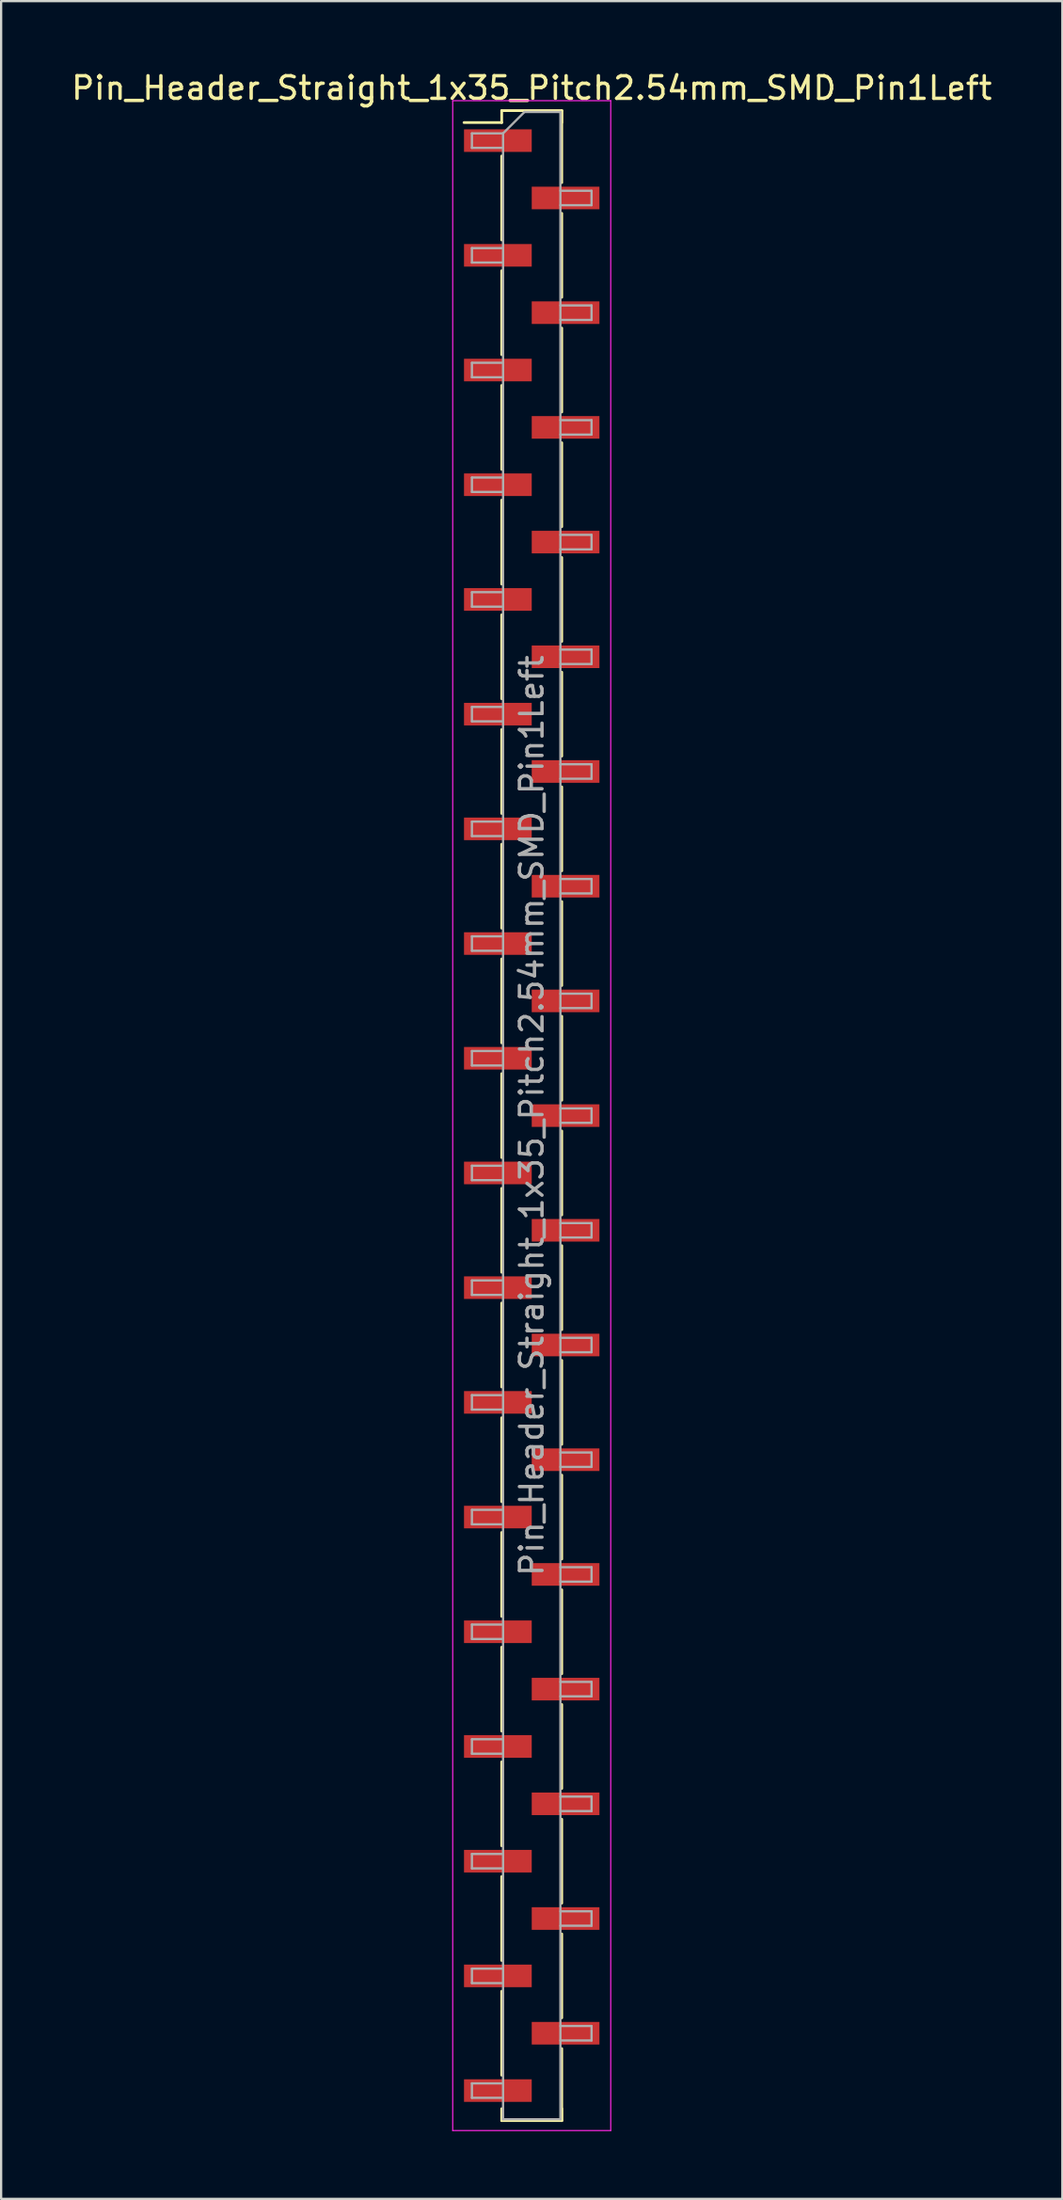
<source format=kicad_pcb>
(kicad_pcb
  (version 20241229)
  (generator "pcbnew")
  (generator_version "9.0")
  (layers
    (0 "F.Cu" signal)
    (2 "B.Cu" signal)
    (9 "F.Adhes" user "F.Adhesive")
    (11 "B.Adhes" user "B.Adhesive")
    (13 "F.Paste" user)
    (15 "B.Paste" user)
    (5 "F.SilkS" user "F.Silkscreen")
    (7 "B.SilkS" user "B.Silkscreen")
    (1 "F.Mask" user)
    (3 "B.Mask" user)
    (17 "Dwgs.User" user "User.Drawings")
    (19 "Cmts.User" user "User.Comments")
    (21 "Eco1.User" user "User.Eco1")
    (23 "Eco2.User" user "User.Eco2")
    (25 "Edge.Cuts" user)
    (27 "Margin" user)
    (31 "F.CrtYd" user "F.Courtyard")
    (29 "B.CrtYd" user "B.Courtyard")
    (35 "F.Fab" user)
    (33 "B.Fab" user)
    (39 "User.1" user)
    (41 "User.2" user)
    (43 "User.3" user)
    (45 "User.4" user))
  (footprint "Pin_Header_Straight_1x35_Pitch2.54mm_SMD_Pin1Left"
    (layer "F.Cu")
    (at 20.506 46.358)
    (property "Reference" "Pin_Header_Straight_1x35_Pitch2.54mm_SMD_Pin1Left" (at 0 -45.51 0) (layer "F.SilkS") (effects (font (size 1 1) (thickness 0.15))))
    (attr smd)
    (fp_line (start -1.33 -44.51) (end 1.33 -44.51) (stroke (width 0.12) (type solid)) (layer "F.SilkS"))
    (fp_line (start -1.33 -43.98) (end -3 -43.98) (stroke (width 0.12) (type solid)) (layer "F.SilkS"))
    (fp_line (start -1.33 -43.98) (end -1.33 -44.51) (stroke (width 0.12) (type solid)) (layer "F.SilkS"))
    (fp_line (start -1.33 -42.5) (end -1.33 -38.78) (stroke (width 0.12) (type solid)) (layer "F.SilkS"))
    (fp_line (start -1.33 -37.42) (end -1.33 -33.7) (stroke (width 0.12) (type solid)) (layer "F.SilkS"))
    (fp_line (start -1.33 -32.34) (end -1.33 -28.62) (stroke (width 0.12) (type solid)) (layer "F.SilkS"))
    (fp_line (start -1.33 -27.26) (end -1.33 -23.54) (stroke (width 0.12) (type solid)) (layer "F.SilkS"))
    (fp_line (start -1.33 -22.18) (end -1.33 -18.46) (stroke (width 0.12) (type solid)) (layer "F.SilkS"))
    (fp_line (start -1.33 -17.1) (end -1.33 -13.38) (stroke (width 0.12) (type solid)) (layer "F.SilkS"))
    (fp_line (start -1.33 -12.02) (end -1.33 -8.3) (stroke (width 0.12) (type solid)) (layer "F.SilkS"))
    (fp_line (start -1.33 -6.94) (end -1.33 -3.22) (stroke (width 0.12) (type solid)) (layer "F.SilkS"))
    (fp_line (start -1.33 -1.86) (end -1.33 1.86) (stroke (width 0.12) (type solid)) (layer "F.SilkS"))
    (fp_line (start -1.33 3.22) (end -1.33 6.94) (stroke (width 0.12) (type solid)) (layer "F.SilkS"))
    (fp_line (start -1.33 8.3) (end -1.33 12.02) (stroke (width 0.12) (type solid)) (layer "F.SilkS"))
    (fp_line (start -1.33 13.38) (end -1.33 17.1) (stroke (width 0.12) (type solid)) (layer "F.SilkS"))
    (fp_line (start -1.33 18.46) (end -1.33 22.18) (stroke (width 0.12) (type solid)) (layer "F.SilkS"))
    (fp_line (start -1.33 23.54) (end -1.33 27.26) (stroke (width 0.12) (type solid)) (layer "F.SilkS"))
    (fp_line (start -1.33 28.62) (end -1.33 32.34) (stroke (width 0.12) (type solid)) (layer "F.SilkS"))
    (fp_line (start -1.33 33.7) (end -1.33 37.42) (stroke (width 0.12) (type solid)) (layer "F.SilkS"))
    (fp_line (start -1.33 38.78) (end -1.33 42.5) (stroke (width 0.12) (type solid)) (layer "F.SilkS"))
    (fp_line (start -1.33 43.98) (end -1.33 44.51) (stroke (width 0.12) (type solid)) (layer "F.SilkS"))
    (fp_line (start -1.33 44.51) (end 1.33 44.51) (stroke (width 0.12) (type solid)) (layer "F.SilkS"))
    (fp_line (start 1.33 -44.51) (end 1.33 -43.98) (stroke (width 0.12) (type solid)) (layer "F.SilkS"))
    (fp_line (start 1.33 -44.51) (end 1.33 -41.32) (stroke (width 0.12) (type solid)) (layer "F.SilkS"))
    (fp_line (start 1.33 -39.96) (end 1.33 -36.24) (stroke (width 0.12) (type solid)) (layer "F.SilkS"))
    (fp_line (start 1.33 -34.88) (end 1.33 -31.16) (stroke (width 0.12) (type solid)) (layer "F.SilkS"))
    (fp_line (start 1.33 -29.8) (end 1.33 -26.08) (stroke (width 0.12) (type solid)) (layer "F.SilkS"))
    (fp_line (start 1.33 -24.72) (end 1.33 -21) (stroke (width 0.12) (type solid)) (layer "F.SilkS"))
    (fp_line (start 1.33 -19.64) (end 1.33 -15.92) (stroke (width 0.12) (type solid)) (layer "F.SilkS"))
    (fp_line (start 1.33 -14.56) (end 1.33 -10.84) (stroke (width 0.12) (type solid)) (layer "F.SilkS"))
    (fp_line (start 1.33 -9.48) (end 1.33 -5.76) (stroke (width 0.12) (type solid)) (layer "F.SilkS"))
    (fp_line (start 1.33 -4.4) (end 1.33 -0.68) (stroke (width 0.12) (type solid)) (layer "F.SilkS"))
    (fp_line (start 1.33 0.68) (end 1.33 4.4) (stroke (width 0.12) (type solid)) (layer "F.SilkS"))
    (fp_line (start 1.33 5.76) (end 1.33 9.48) (stroke (width 0.12) (type solid)) (layer "F.SilkS"))
    (fp_line (start 1.33 10.84) (end 1.33 14.56) (stroke (width 0.12) (type solid)) (layer "F.SilkS"))
    (fp_line (start 1.33 15.92) (end 1.33 19.64) (stroke (width 0.12) (type solid)) (layer "F.SilkS"))
    (fp_line (start 1.33 21) (end 1.33 24.72) (stroke (width 0.12) (type solid)) (layer "F.SilkS"))
    (fp_line (start 1.33 26.08) (end 1.33 29.8) (stroke (width 0.12) (type solid)) (layer "F.SilkS"))
    (fp_line (start 1.33 31.16) (end 1.33 34.88) (stroke (width 0.12) (type solid)) (layer "F.SilkS"))
    (fp_line (start 1.33 36.24) (end 1.33 39.96) (stroke (width 0.12) (type solid)) (layer "F.SilkS"))
    (fp_line (start 1.33 41.32) (end 1.33 44.51) (stroke (width 0.12) (type solid)) (layer "F.SilkS"))
    (fp_line (start 1.33 44.51) (end 1.33 43.98) (stroke (width 0.12) (type solid)) (layer "F.SilkS"))
    (fp_line (start -3.5 -44.95) (end -3.5 44.95) (stroke (width 0.05) (type solid)) (layer "F.CrtYd"))
    (fp_line (start -3.5 44.95) (end 3.5 44.95) (stroke (width 0.05) (type solid)) (layer "F.CrtYd"))
    (fp_line (start 3.5 -44.95) (end -3.5 -44.95) (stroke (width 0.05) (type solid)) (layer "F.CrtYd"))
    (fp_line (start 3.5 44.95) (end 3.5 -44.95) (stroke (width 0.05) (type solid)) (layer "F.CrtYd"))
    (fp_line (start -2.65 -43.5) (end -2.65 -42.86) (stroke (width 0.1) (type solid)) (layer "F.Fab"))
    (fp_line (start -2.65 -42.86) (end -1.27 -42.86) (stroke (width 0.1) (type solid)) (layer "F.Fab"))
    (fp_line (start -2.65 -38.42) (end -2.65 -37.78) (stroke (width 0.1) (type solid)) (layer "F.Fab"))
    (fp_line (start -2.65 -37.78) (end -1.27 -37.78) (stroke (width 0.1) (type solid)) (layer "F.Fab"))
    (fp_line (start -2.65 -33.34) (end -2.65 -32.7) (stroke (width 0.1) (type solid)) (layer "F.Fab"))
    (fp_line (start -2.65 -32.7) (end -1.27 -32.7) (stroke (width 0.1) (type solid)) (layer "F.Fab"))
    (fp_line (start -2.65 -28.26) (end -2.65 -27.62) (stroke (width 0.1) (type solid)) (layer "F.Fab"))
    (fp_line (start -2.65 -27.62) (end -1.27 -27.62) (stroke (width 0.1) (type solid)) (layer "F.Fab"))
    (fp_line (start -2.65 -23.18) (end -2.65 -22.54) (stroke (width 0.1) (type solid)) (layer "F.Fab"))
    (fp_line (start -2.65 -22.54) (end -1.27 -22.54) (stroke (width 0.1) (type solid)) (layer "F.Fab"))
    (fp_line (start -2.65 -18.1) (end -2.65 -17.46) (stroke (width 0.1) (type solid)) (layer "F.Fab"))
    (fp_line (start -2.65 -17.46) (end -1.27 -17.46) (stroke (width 0.1) (type solid)) (layer "F.Fab"))
    (fp_line (start -2.65 -13.02) (end -2.65 -12.38) (stroke (width 0.1) (type solid)) (layer "F.Fab"))
    (fp_line (start -2.65 -12.38) (end -1.27 -12.38) (stroke (width 0.1) (type solid)) (layer "F.Fab"))
    (fp_line (start -2.65 -7.94) (end -2.65 -7.3) (stroke (width 0.1) (type solid)) (layer "F.Fab"))
    (fp_line (start -2.65 -7.3) (end -1.27 -7.3) (stroke (width 0.1) (type solid)) (layer "F.Fab"))
    (fp_line (start -2.65 -2.86) (end -2.65 -2.22) (stroke (width 0.1) (type solid)) (layer "F.Fab"))
    (fp_line (start -2.65 -2.22) (end -1.27 -2.22) (stroke (width 0.1) (type solid)) (layer "F.Fab"))
    (fp_line (start -2.65 2.22) (end -2.65 2.86) (stroke (width 0.1) (type solid)) (layer "F.Fab"))
    (fp_line (start -2.65 2.86) (end -1.27 2.86) (stroke (width 0.1) (type solid)) (layer "F.Fab"))
    (fp_line (start -2.65 7.3) (end -2.65 7.94) (stroke (width 0.1) (type solid)) (layer "F.Fab"))
    (fp_line (start -2.65 7.94) (end -1.27 7.94) (stroke (width 0.1) (type solid)) (layer "F.Fab"))
    (fp_line (start -2.65 12.38) (end -2.65 13.02) (stroke (width 0.1) (type solid)) (layer "F.Fab"))
    (fp_line (start -2.65 13.02) (end -1.27 13.02) (stroke (width 0.1) (type solid)) (layer "F.Fab"))
    (fp_line (start -2.65 17.46) (end -2.65 18.1) (stroke (width 0.1) (type solid)) (layer "F.Fab"))
    (fp_line (start -2.65 18.1) (end -1.27 18.1) (stroke (width 0.1) (type solid)) (layer "F.Fab"))
    (fp_line (start -2.65 22.54) (end -2.65 23.18) (stroke (width 0.1) (type solid)) (layer "F.Fab"))
    (fp_line (start -2.65 23.18) (end -1.27 23.18) (stroke (width 0.1) (type solid)) (layer "F.Fab"))
    (fp_line (start -2.65 27.62) (end -2.65 28.26) (stroke (width 0.1) (type solid)) (layer "F.Fab"))
    (fp_line (start -2.65 28.26) (end -1.27 28.26) (stroke (width 0.1) (type solid)) (layer "F.Fab"))
    (fp_line (start -2.65 32.7) (end -2.65 33.34) (stroke (width 0.1) (type solid)) (layer "F.Fab"))
    (fp_line (start -2.65 33.34) (end -1.27 33.34) (stroke (width 0.1) (type solid)) (layer "F.Fab"))
    (fp_line (start -2.65 37.78) (end -2.65 38.42) (stroke (width 0.1) (type solid)) (layer "F.Fab"))
    (fp_line (start -2.65 38.42) (end -1.27 38.42) (stroke (width 0.1) (type solid)) (layer "F.Fab"))
    (fp_line (start -2.65 42.86) (end -2.65 43.5) (stroke (width 0.1) (type solid)) (layer "F.Fab"))
    (fp_line (start -2.65 43.5) (end -1.27 43.5) (stroke (width 0.1) (type solid)) (layer "F.Fab"))
    (fp_line (start -1.27 -43.5) (end -2.65 -43.5) (stroke (width 0.1) (type solid)) (layer "F.Fab"))
    (fp_line (start -1.27 -43.5) (end -0.32 -44.45) (stroke (width 0.1) (type solid)) (layer "F.Fab"))
    (fp_line (start -1.27 -38.42) (end -2.65 -38.42) (stroke (width 0.1) (type solid)) (layer "F.Fab"))
    (fp_line (start -1.27 -33.34) (end -2.65 -33.34) (stroke (width 0.1) (type solid)) (layer "F.Fab"))
    (fp_line (start -1.27 -28.26) (end -2.65 -28.26) (stroke (width 0.1) (type solid)) (layer "F.Fab"))
    (fp_line (start -1.27 -23.18) (end -2.65 -23.18) (stroke (width 0.1) (type solid)) (layer "F.Fab"))
    (fp_line (start -1.27 -18.1) (end -2.65 -18.1) (stroke (width 0.1) (type solid)) (layer "F.Fab"))
    (fp_line (start -1.27 -13.02) (end -2.65 -13.02) (stroke (width 0.1) (type solid)) (layer "F.Fab"))
    (fp_line (start -1.27 -7.94) (end -2.65 -7.94) (stroke (width 0.1) (type solid)) (layer "F.Fab"))
    (fp_line (start -1.27 -2.86) (end -2.65 -2.86) (stroke (width 0.1) (type solid)) (layer "F.Fab"))
    (fp_line (start -1.27 2.22) (end -2.65 2.22) (stroke (width 0.1) (type solid)) (layer "F.Fab"))
    (fp_line (start -1.27 7.3) (end -2.65 7.3) (stroke (width 0.1) (type solid)) (layer "F.Fab"))
    (fp_line (start -1.27 12.38) (end -2.65 12.38) (stroke (width 0.1) (type solid)) (layer "F.Fab"))
    (fp_line (start -1.27 17.46) (end -2.65 17.46) (stroke (width 0.1) (type solid)) (layer "F.Fab"))
    (fp_line (start -1.27 22.54) (end -2.65 22.54) (stroke (width 0.1) (type solid)) (layer "F.Fab"))
    (fp_line (start -1.27 27.62) (end -2.65 27.62) (stroke (width 0.1) (type solid)) (layer "F.Fab"))
    (fp_line (start -1.27 32.7) (end -2.65 32.7) (stroke (width 0.1) (type solid)) (layer "F.Fab"))
    (fp_line (start -1.27 37.78) (end -2.65 37.78) (stroke (width 0.1) (type solid)) (layer "F.Fab"))
    (fp_line (start -1.27 42.86) (end -2.65 42.86) (stroke (width 0.1) (type solid)) (layer "F.Fab"))
    (fp_line (start -1.27 44.45) (end -1.27 -43.5) (stroke (width 0.1) (type solid)) (layer "F.Fab"))
    (fp_line (start -0.32 -44.45) (end 1.27 -44.45) (stroke (width 0.1) (type solid)) (layer "F.Fab"))
    (fp_line (start 1.27 -44.45) (end 1.27 44.45) (stroke (width 0.1) (type solid)) (layer "F.Fab"))
    (fp_line (start 1.27 -40.96) (end 2.65 -40.96) (stroke (width 0.1) (type solid)) (layer "F.Fab"))
    (fp_line (start 1.27 -35.88) (end 2.65 -35.88) (stroke (width 0.1) (type solid)) (layer "F.Fab"))
    (fp_line (start 1.27 -30.8) (end 2.65 -30.8) (stroke (width 0.1) (type solid)) (layer "F.Fab"))
    (fp_line (start 1.27 -25.72) (end 2.65 -25.72) (stroke (width 0.1) (type solid)) (layer "F.Fab"))
    (fp_line (start 1.27 -20.64) (end 2.65 -20.64) (stroke (width 0.1) (type solid)) (layer "F.Fab"))
    (fp_line (start 1.27 -15.56) (end 2.65 -15.56) (stroke (width 0.1) (type solid)) (layer "F.Fab"))
    (fp_line (start 1.27 -10.48) (end 2.65 -10.48) (stroke (width 0.1) (type solid)) (layer "F.Fab"))
    (fp_line (start 1.27 -5.4) (end 2.65 -5.4) (stroke (width 0.1) (type solid)) (layer "F.Fab"))
    (fp_line (start 1.27 -0.32) (end 2.65 -0.32) (stroke (width 0.1) (type solid)) (layer "F.Fab"))
    (fp_line (start 1.27 4.76) (end 2.65 4.76) (stroke (width 0.1) (type solid)) (layer "F.Fab"))
    (fp_line (start 1.27 9.84) (end 2.65 9.84) (stroke (width 0.1) (type solid)) (layer "F.Fab"))
    (fp_line (start 1.27 14.92) (end 2.65 14.92) (stroke (width 0.1) (type solid)) (layer "F.Fab"))
    (fp_line (start 1.27 20) (end 2.65 20) (stroke (width 0.1) (type solid)) (layer "F.Fab"))
    (fp_line (start 1.27 25.08) (end 2.65 25.08) (stroke (width 0.1) (type solid)) (layer "F.Fab"))
    (fp_line (start 1.27 30.16) (end 2.65 30.16) (stroke (width 0.1) (type solid)) (layer "F.Fab"))
    (fp_line (start 1.27 35.24) (end 2.65 35.24) (stroke (width 0.1) (type solid)) (layer "F.Fab"))
    (fp_line (start 1.27 40.32) (end 2.65 40.32) (stroke (width 0.1) (type solid)) (layer "F.Fab"))
    (fp_line (start 1.27 44.45) (end -1.27 44.45) (stroke (width 0.1) (type solid)) (layer "F.Fab"))
    (fp_line (start 2.65 -40.96) (end 2.65 -40.32) (stroke (width 0.1) (type solid)) (layer "F.Fab"))
    (fp_line (start 2.65 -40.32) (end 1.27 -40.32) (stroke (width 0.1) (type solid)) (layer "F.Fab"))
    (fp_line (start 2.65 -35.88) (end 2.65 -35.24) (stroke (width 0.1) (type solid)) (layer "F.Fab"))
    (fp_line (start 2.65 -35.24) (end 1.27 -35.24) (stroke (width 0.1) (type solid)) (layer "F.Fab"))
    (fp_line (start 2.65 -30.8) (end 2.65 -30.16) (stroke (width 0.1) (type solid)) (layer "F.Fab"))
    (fp_line (start 2.65 -30.16) (end 1.27 -30.16) (stroke (width 0.1) (type solid)) (layer "F.Fab"))
    (fp_line (start 2.65 -25.72) (end 2.65 -25.08) (stroke (width 0.1) (type solid)) (layer "F.Fab"))
    (fp_line (start 2.65 -25.08) (end 1.27 -25.08) (stroke (width 0.1) (type solid)) (layer "F.Fab"))
    (fp_line (start 2.65 -20.64) (end 2.65 -20) (stroke (width 0.1) (type solid)) (layer "F.Fab"))
    (fp_line (start 2.65 -20) (end 1.27 -20) (stroke (width 0.1) (type solid)) (layer "F.Fab"))
    (fp_line (start 2.65 -15.56) (end 2.65 -14.92) (stroke (width 0.1) (type solid)) (layer "F.Fab"))
    (fp_line (start 2.65 -14.92) (end 1.27 -14.92) (stroke (width 0.1) (type solid)) (layer "F.Fab"))
    (fp_line (start 2.65 -10.48) (end 2.65 -9.84) (stroke (width 0.1) (type solid)) (layer "F.Fab"))
    (fp_line (start 2.65 -9.84) (end 1.27 -9.84) (stroke (width 0.1) (type solid)) (layer "F.Fab"))
    (fp_line (start 2.65 -5.4) (end 2.65 -4.76) (stroke (width 0.1) (type solid)) (layer "F.Fab"))
    (fp_line (start 2.65 -4.76) (end 1.27 -4.76) (stroke (width 0.1) (type solid)) (layer "F.Fab"))
    (fp_line (start 2.65 -0.32) (end 2.65 0.32) (stroke (width 0.1) (type solid)) (layer "F.Fab"))
    (fp_line (start 2.65 0.32) (end 1.27 0.32) (stroke (width 0.1) (type solid)) (layer "F.Fab"))
    (fp_line (start 2.65 4.76) (end 2.65 5.4) (stroke (width 0.1) (type solid)) (layer "F.Fab"))
    (fp_line (start 2.65 5.4) (end 1.27 5.4) (stroke (width 0.1) (type solid)) (layer "F.Fab"))
    (fp_line (start 2.65 9.84) (end 2.65 10.48) (stroke (width 0.1) (type solid)) (layer "F.Fab"))
    (fp_line (start 2.65 10.48) (end 1.27 10.48) (stroke (width 0.1) (type solid)) (layer "F.Fab"))
    (fp_line (start 2.65 14.92) (end 2.65 15.56) (stroke (width 0.1) (type solid)) (layer "F.Fab"))
    (fp_line (start 2.65 15.56) (end 1.27 15.56) (stroke (width 0.1) (type solid)) (layer "F.Fab"))
    (fp_line (start 2.65 20) (end 2.65 20.64) (stroke (width 0.1) (type solid)) (layer "F.Fab"))
    (fp_line (start 2.65 20.64) (end 1.27 20.64) (stroke (width 0.1) (type solid)) (layer "F.Fab"))
    (fp_line (start 2.65 25.08) (end 2.65 25.72) (stroke (width 0.1) (type solid)) (layer "F.Fab"))
    (fp_line (start 2.65 25.72) (end 1.27 25.72) (stroke (width 0.1) (type solid)) (layer "F.Fab"))
    (fp_line (start 2.65 30.16) (end 2.65 30.8) (stroke (width 0.1) (type solid)) (layer "F.Fab"))
    (fp_line (start 2.65 30.8) (end 1.27 30.8) (stroke (width 0.1) (type solid)) (layer "F.Fab"))
    (fp_line (start 2.65 35.24) (end 2.65 35.88) (stroke (width 0.1) (type solid)) (layer "F.Fab"))
    (fp_line (start 2.65 35.88) (end 1.27 35.88) (stroke (width 0.1) (type solid)) (layer "F.Fab"))
    (fp_line (start 2.65 40.32) (end 2.65 40.96) (stroke (width 0.1) (type solid)) (layer "F.Fab"))
    (fp_line (start 2.65 40.96) (end 1.27 40.96) (stroke (width 0.1) (type solid)) (layer "F.Fab"))
    (fp_text user "${REFERENCE}" (at 0 0 90) (layer "F.Fab") (effects (font (size 1 1) (thickness 0.15))))
    (pad "1" smd rect (at -1.5 -43.18) (size 3 1) (layers "F.Cu" "F.Mask" "F.Paste"))
    (pad "2" smd rect (at 1.5 -40.64) (size 3 1) (layers "F.Cu" "F.Mask" "F.Paste"))
    (pad "3" smd rect (at -1.5 -38.1) (size 3 1) (layers "F.Cu" "F.Mask" "F.Paste"))
    (pad "4" smd rect (at 1.5 -35.56) (size 3 1) (layers "F.Cu" "F.Mask" "F.Paste"))
    (pad "5" smd rect (at -1.5 -33.02) (size 3 1) (layers "F.Cu" "F.Mask" "F.Paste"))
    (pad "6" smd rect (at 1.5 -30.48) (size 3 1) (layers "F.Cu" "F.Mask" "F.Paste"))
    (pad "7" smd rect (at -1.5 -27.94) (size 3 1) (layers "F.Cu" "F.Mask" "F.Paste"))
    (pad "8" smd rect (at 1.5 -25.4) (size 3 1) (layers "F.Cu" "F.Mask" "F.Paste"))
    (pad "9" smd rect (at -1.5 -22.86) (size 3 1) (layers "F.Cu" "F.Mask" "F.Paste"))
    (pad "10" smd rect (at 1.5 -20.32) (size 3 1) (layers "F.Cu" "F.Mask" "F.Paste"))
    (pad "11" smd rect (at -1.5 -17.78) (size 3 1) (layers "F.Cu" "F.Mask" "F.Paste"))
    (pad "12" smd rect (at 1.5 -15.24) (size 3 1) (layers "F.Cu" "F.Mask" "F.Paste"))
    (pad "13" smd rect (at -1.5 -12.7) (size 3 1) (layers "F.Cu" "F.Mask" "F.Paste"))
    (pad "14" smd rect (at 1.5 -10.16) (size 3 1) (layers "F.Cu" "F.Mask" "F.Paste"))
    (pad "15" smd rect (at -1.5 -7.62) (size 3 1) (layers "F.Cu" "F.Mask" "F.Paste"))
    (pad "16" smd rect (at 1.5 -5.08) (size 3 1) (layers "F.Cu" "F.Mask" "F.Paste"))
    (pad "17" smd rect (at -1.5 -2.54) (size 3 1) (layers "F.Cu" "F.Mask" "F.Paste"))
    (pad "18" smd rect (at 1.5 0) (size 3 1) (layers "F.Cu" "F.Mask" "F.Paste"))
    (pad "19" smd rect (at -1.5 2.54) (size 3 1) (layers "F.Cu" "F.Mask" "F.Paste"))
    (pad "20" smd rect (at 1.5 5.08) (size 3 1) (layers "F.Cu" "F.Mask" "F.Paste"))
    (pad "21" smd rect (at -1.5 7.62) (size 3 1) (layers "F.Cu" "F.Mask" "F.Paste"))
    (pad "22" smd rect (at 1.5 10.16) (size 3 1) (layers "F.Cu" "F.Mask" "F.Paste"))
    (pad "23" smd rect (at -1.5 12.7) (size 3 1) (layers "F.Cu" "F.Mask" "F.Paste"))
    (pad "24" smd rect (at 1.5 15.24) (size 3 1) (layers "F.Cu" "F.Mask" "F.Paste"))
    (pad "25" smd rect (at -1.5 17.78) (size 3 1) (layers "F.Cu" "F.Mask" "F.Paste"))
    (pad "26" smd rect (at 1.5 20.32) (size 3 1) (layers "F.Cu" "F.Mask" "F.Paste"))
    (pad "27" smd rect (at -1.5 22.86) (size 3 1) (layers "F.Cu" "F.Mask" "F.Paste"))
    (pad "28" smd rect (at 1.5 25.4) (size 3 1) (layers "F.Cu" "F.Mask" "F.Paste"))
    (pad "29" smd rect (at -1.5 27.94) (size 3 1) (layers "F.Cu" "F.Mask" "F.Paste"))
    (pad "30" smd rect (at 1.5 30.48) (size 3 1) (layers "F.Cu" "F.Mask" "F.Paste"))
    (pad "31" smd rect (at -1.5 33.02) (size 3 1) (layers "F.Cu" "F.Mask" "F.Paste"))
    (pad "32" smd rect (at 1.5 35.56) (size 3 1) (layers "F.Cu" "F.Mask" "F.Paste"))
    (pad "33" smd rect (at -1.5 38.1) (size 3 1) (layers "F.Cu" "F.Mask" "F.Paste"))
    (pad "34" smd rect (at 1.5 40.64) (size 3 1) (layers "F.Cu" "F.Mask" "F.Paste"))
    (pad "35" smd rect (at -1.5 43.18) (size 3 1) (layers "F.Cu" "F.Mask" "F.Paste")))
  (gr_rect
    (start -3 -3)
    (end 44.012 94.333)
    (stroke (width 0.1) (type default))
    (fill no)
    (layer "Edge.Cuts")))
</source>
